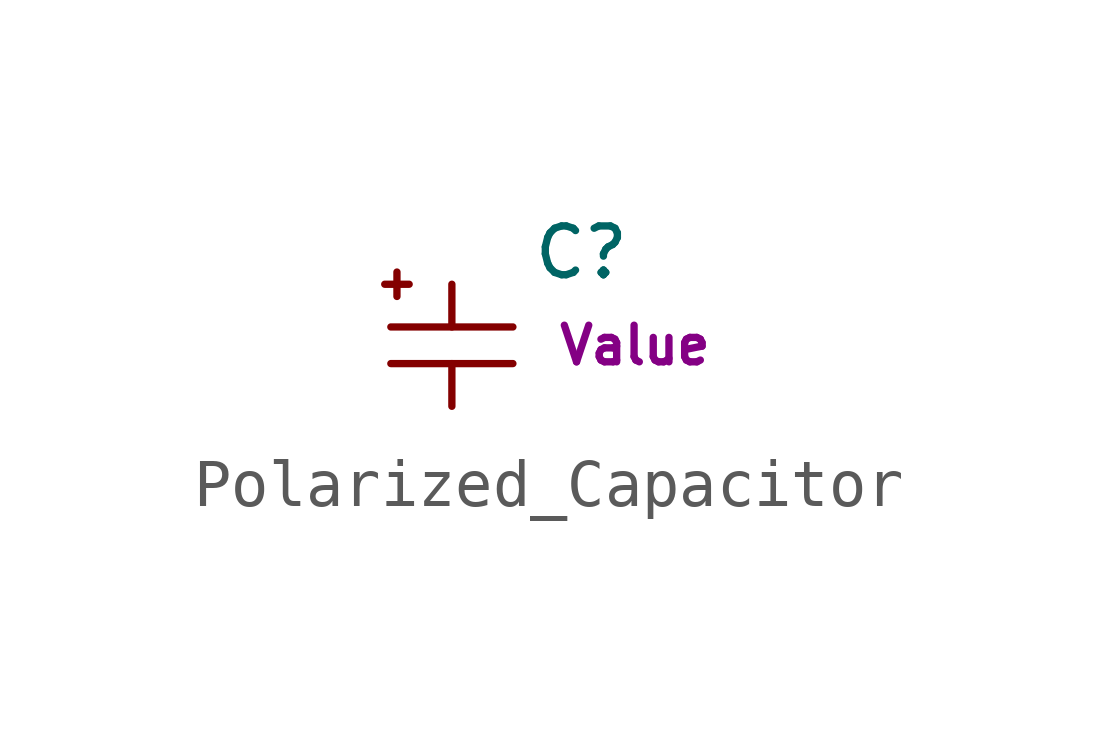
<source format=kicad_sym>
(kicad_symbol_lib
  (version 20211014)
  (generator kicad_symbol_editor)
  (symbol "Polarized_Capacitor"
    (pin_numbers hide)
    (pin_names
      (offset 0.254) hide)
    (property "Reference" "C"
      (at 1.651 1.93 0)
      (effects (font (size 1.016 1.016)) (justify left)))
    (property "Footprint" ""
      (at 0 0 0)
      (effects (font (size 1.524 1.524))))
    (property "Datasheet" ""
      (at 0 0 0)
      (effects (font (size 1.524 1.524))))
    (property "Unit" "Value"
      (at 3.81 0 0)
      (effects (font (size 0.762 0.762))))
    (symbol "Polarized_Capacitor_0_1"
      (polyline (pts (xy -1.397 1.27) (xy -0.889 1.27)) (stroke (width 0) (type default) (color 0 0 0 0)) (fill (type none)))
      (polyline (pts (xy -1.27 -0.381) (xy 1.27 -0.381)) (stroke (width 0) (type default) (color 0 0 0 0)) (fill (type none)))
      (polyline (pts (xy -1.27 0.381) (xy 1.27 0.381)) (stroke (width 0) (type default) (color 0 0 0 0)) (fill (type none)))
      (polyline (pts (xy -1.143 1.524) (xy -1.143 1.016)) (stroke (width 0) (type default) (color 0 0 0 0)) (fill (type none))))
    (symbol "Polarized_Capacitor_1_1"
      (pin passive line (at 0 1.27 270) (length 0.889) (name "~" (effects (font (size 1.016 1.016)))) (number "1" (effects (font (size 1.016 1.016)))))
      (pin passive line (at 0 -1.27 90) (length 0.889) (name "~" (effects (font (size 1.016 1.016)))) (number "2" (effects (font (size 1.016 1.016))))))))
</source>
